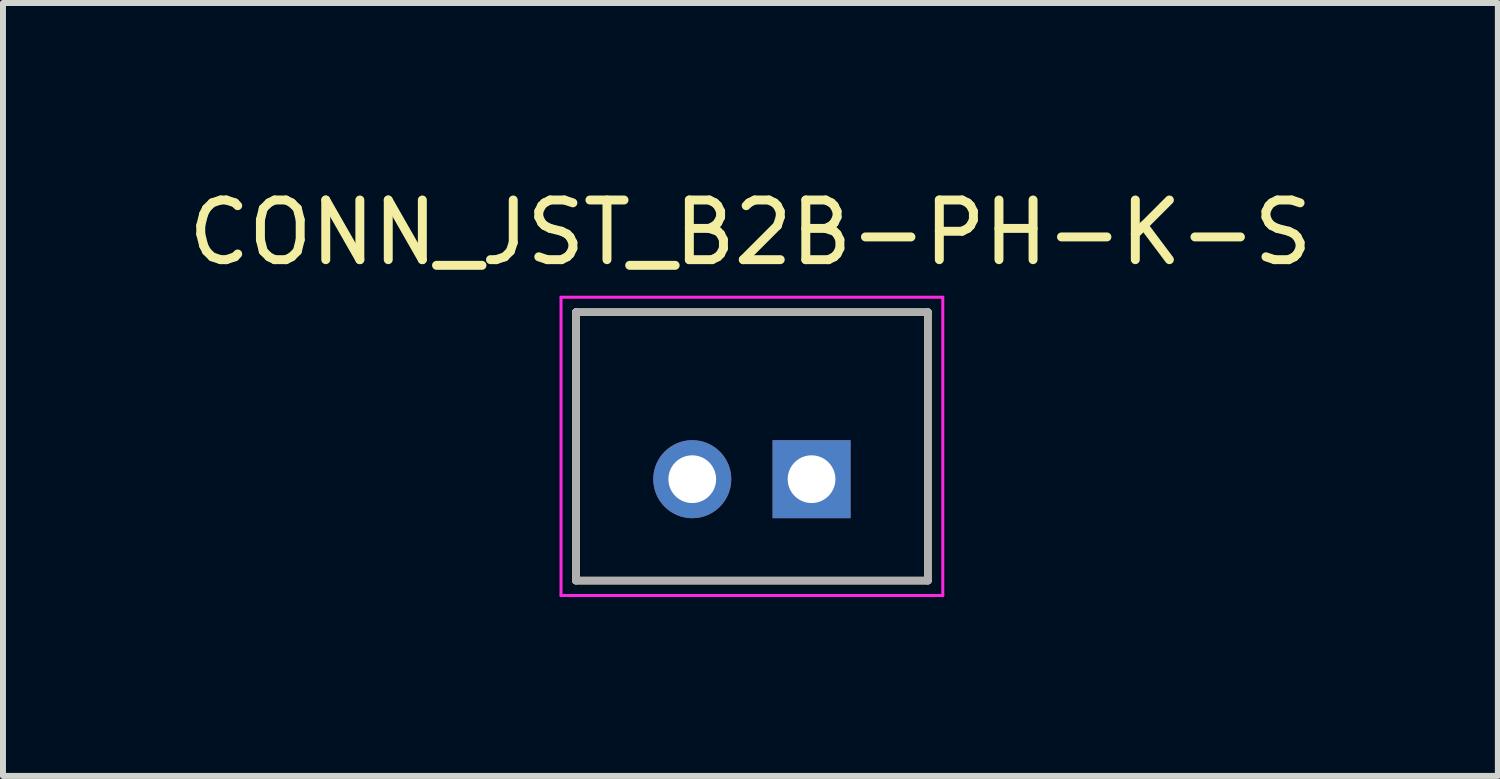
<source format=kicad_pcb>
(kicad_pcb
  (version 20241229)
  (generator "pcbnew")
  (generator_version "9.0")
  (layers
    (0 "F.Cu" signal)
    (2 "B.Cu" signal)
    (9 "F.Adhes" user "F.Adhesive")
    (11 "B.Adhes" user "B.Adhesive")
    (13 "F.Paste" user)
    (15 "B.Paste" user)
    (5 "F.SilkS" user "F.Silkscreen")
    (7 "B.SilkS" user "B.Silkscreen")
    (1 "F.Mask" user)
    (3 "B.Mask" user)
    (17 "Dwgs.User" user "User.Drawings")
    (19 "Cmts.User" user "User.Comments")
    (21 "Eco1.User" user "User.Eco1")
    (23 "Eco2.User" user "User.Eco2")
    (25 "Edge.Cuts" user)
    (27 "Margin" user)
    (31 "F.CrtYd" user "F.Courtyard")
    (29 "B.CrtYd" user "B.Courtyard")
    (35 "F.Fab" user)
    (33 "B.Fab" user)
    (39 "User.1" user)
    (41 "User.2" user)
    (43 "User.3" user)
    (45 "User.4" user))
  (footprint "CONN_JST_B2B-PH-K-S"
    (layer "F.Cu")
    (at 10.555 4.983)
    (property "Reference" "CONN_JST_B2B-PH-K-S" (at -1.025 -4.135 0) (layer "F.SilkS") (effects (font (size 1 1) (thickness 0.15))))
    (attr through_hole)
    (fp_line (start -3.95 -2.8) (end 1.95 -2.8) (stroke (width 0.127) (type solid)) (layer "F.SilkS"))
    (fp_line (start -3.95 1.7) (end -3.95 -2.8) (stroke (width 0.127) (type solid)) (layer "F.SilkS"))
    (fp_line (start 1.95 -2.8) (end 1.95 1.7) (stroke (width 0.127) (type solid)) (layer "F.SilkS"))
    (fp_line (start 1.95 1.7) (end -3.95 1.7) (stroke (width 0.127) (type solid)) (layer "F.SilkS"))
    (fp_line (start -4.2 -3.05) (end 2.2 -3.05) (stroke (width 0.05) (type solid)) (layer "F.CrtYd"))
    (fp_line (start -4.2 1.95) (end -4.2 -3.05) (stroke (width 0.05) (type solid)) (layer "F.CrtYd"))
    (fp_line (start 2.2 -3.05) (end 2.2 1.95) (stroke (width 0.05) (type solid)) (layer "F.CrtYd"))
    (fp_line (start 2.2 1.95) (end -4.2 1.95) (stroke (width 0.05) (type solid)) (layer "F.CrtYd"))
    (fp_line (start -3.95 -2.8) (end 1.95 -2.8) (stroke (width 0.127) (type solid)) (layer "F.Fab"))
    (fp_line (start -3.95 1.7) (end -3.95 -2.8) (stroke (width 0.127) (type solid)) (layer "F.Fab"))
    (fp_line (start 1.95 -2.8) (end 1.95 1.7) (stroke (width 0.127) (type solid)) (layer "F.Fab"))
    (fp_line (start 1.95 1.7) (end -3.95 1.7) (stroke (width 0.127) (type solid)) (layer "F.Fab"))
    (pad "1" thru_hole rect (at 0 0) (size 1.308 1.308) (drill 0.8) (layers "*.Cu" "*.Mask"))
    (pad "2" thru_hole circle (at -2 0) (size 1.308 1.308) (drill 0.8) (layers "*.Cu" "*.Mask")))
  (gr_rect
    (start -3 -3)
    (end 22.06 9.958)
    (stroke (width 0.1) (type default))
    (fill no)
    (layer "Edge.Cuts")))
</source>
